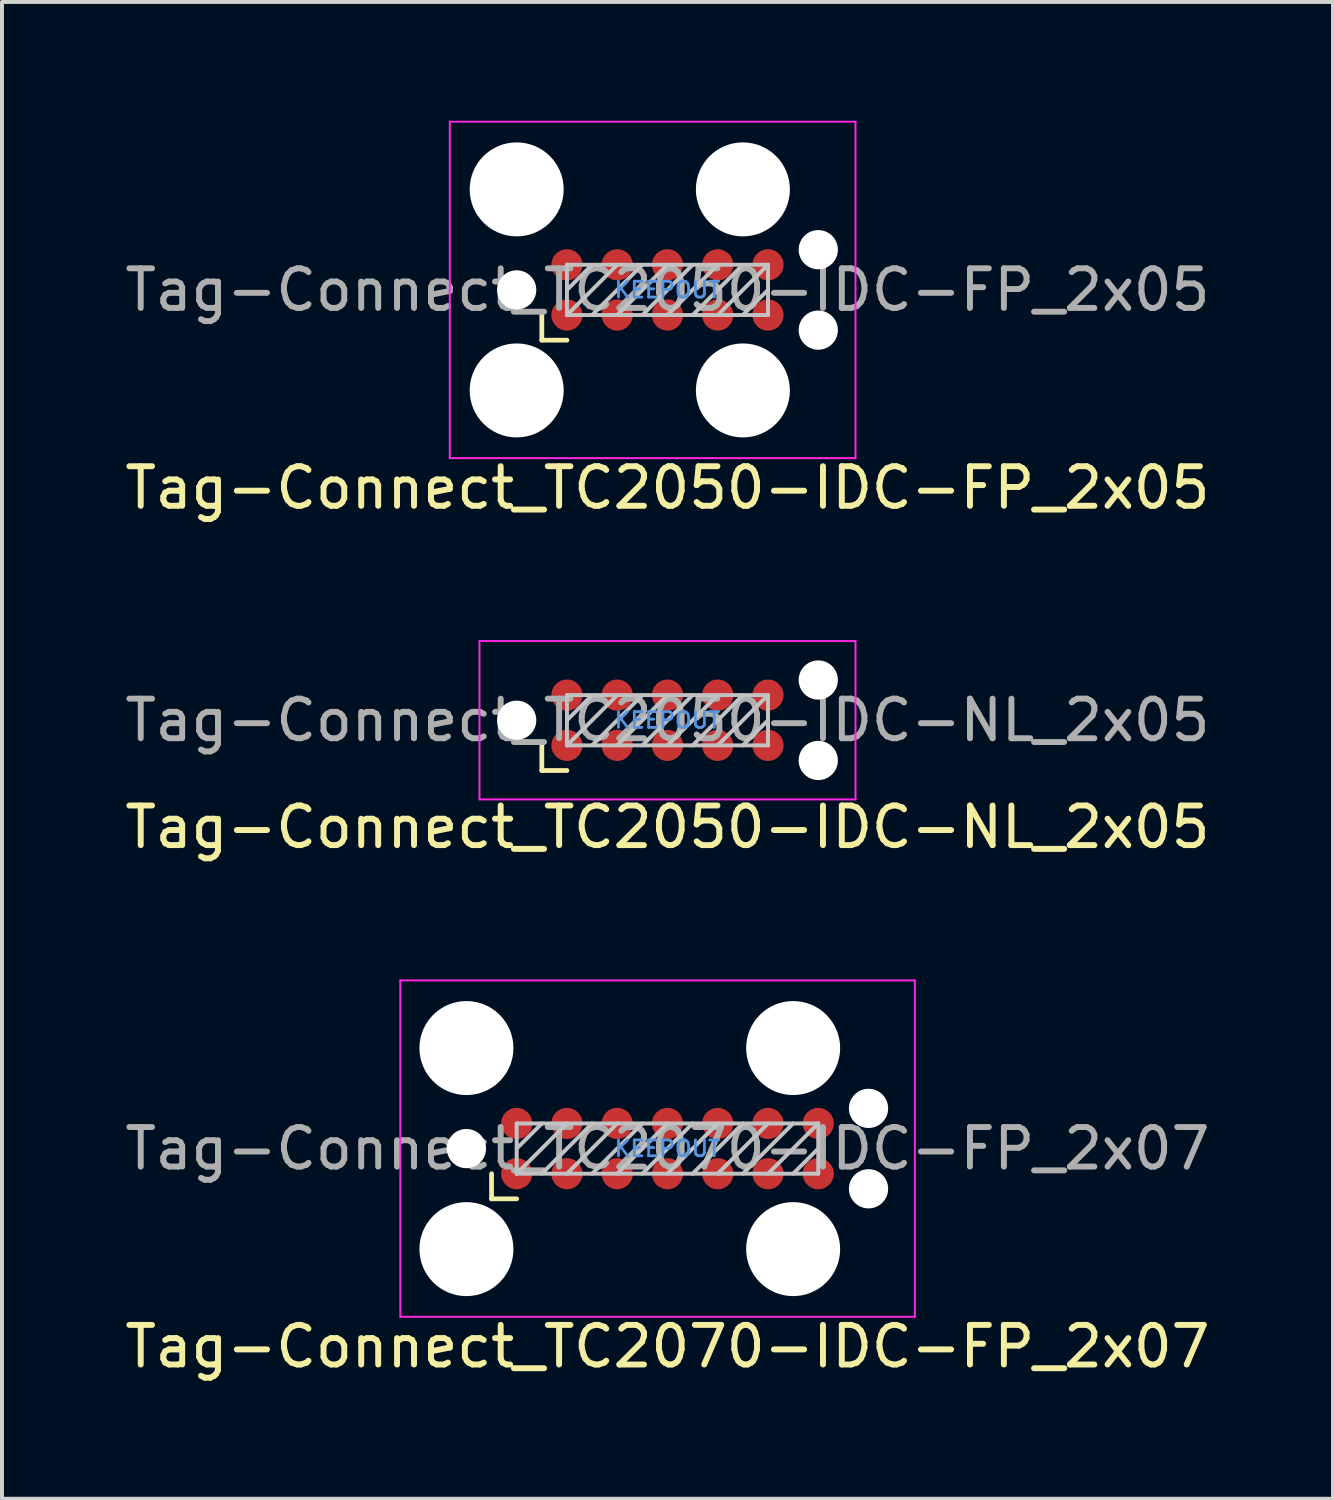
<source format=kicad_pcb>
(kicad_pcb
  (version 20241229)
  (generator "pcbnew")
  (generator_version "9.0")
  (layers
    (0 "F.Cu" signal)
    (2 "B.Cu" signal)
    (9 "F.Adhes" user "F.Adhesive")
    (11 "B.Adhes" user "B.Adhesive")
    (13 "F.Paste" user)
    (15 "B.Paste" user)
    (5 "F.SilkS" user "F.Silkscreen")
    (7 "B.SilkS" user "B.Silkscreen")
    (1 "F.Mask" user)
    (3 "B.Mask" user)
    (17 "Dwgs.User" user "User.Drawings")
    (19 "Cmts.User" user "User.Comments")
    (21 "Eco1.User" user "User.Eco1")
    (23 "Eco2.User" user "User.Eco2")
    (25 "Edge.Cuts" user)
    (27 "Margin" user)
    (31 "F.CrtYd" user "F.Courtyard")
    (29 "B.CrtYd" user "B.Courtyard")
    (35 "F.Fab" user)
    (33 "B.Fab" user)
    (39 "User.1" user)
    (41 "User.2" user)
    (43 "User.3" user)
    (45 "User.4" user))
  (footprint "Tag-Connect_TC2050-IDC-FP_2x05"
    (layer "F.Cu")
    (at 13.815 4.275)
    (property "Reference" "Tag-Connect_TC2050-IDC-FP_2x05" (at 0 5 0) (layer "F.SilkS") (effects (font (size 1 1) (thickness 0.15))))
    (attr exclude_from_pos_files exclude_from_bom)
    (fp_line (start -3.175 1.27) (end -3.175 0.635) (stroke (width 0.12) (type solid)) (layer "F.SilkS"))
    (fp_line (start -2.54 1.27) (end -3.175 1.27) (stroke (width 0.12) (type solid)) (layer "F.SilkS"))
    (fp_line (start -2.54 -0.635) (end 2.54 -0.635) (stroke (width 0.1) (type solid)) (layer "Dwgs.User"))
    (fp_line (start -2.54 0) (end -1.905 -0.635) (stroke (width 0.1) (type solid)) (layer "Dwgs.User"))
    (fp_line (start -2.54 0.635) (end -2.54 -0.635) (stroke (width 0.1) (type solid)) (layer "Dwgs.User"))
    (fp_line (start -2.54 0.635) (end -1.27 -0.635) (stroke (width 0.1) (type solid)) (layer "Dwgs.User"))
    (fp_line (start -1.905 0.635) (end -0.635 -0.635) (stroke (width 0.1) (type solid)) (layer "Dwgs.User"))
    (fp_line (start -1.27 0.635) (end 0 -0.635) (stroke (width 0.1) (type solid)) (layer "Dwgs.User"))
    (fp_line (start -0.635 0.635) (end 0.635 -0.635) (stroke (width 0.1) (type solid)) (layer "Dwgs.User"))
    (fp_line (start 0 0.635) (end 1.27 -0.635) (stroke (width 0.1) (type solid)) (layer "Dwgs.User"))
    (fp_line (start 0.635 0.635) (end 1.905 -0.635) (stroke (width 0.1) (type solid)) (layer "Dwgs.User"))
    (fp_line (start 1.27 0.635) (end 2.54 -0.635) (stroke (width 0.1) (type solid)) (layer "Dwgs.User"))
    (fp_line (start 1.905 0.635) (end 2.54 0) (stroke (width 0.1) (type solid)) (layer "Dwgs.User"))
    (fp_line (start 2.54 -0.635) (end 2.54 0.635) (stroke (width 0.1) (type solid)) (layer "Dwgs.User"))
    (fp_line (start 2.54 0.635) (end -2.54 0.635) (stroke (width 0.1) (type solid)) (layer "Dwgs.User"))
    (fp_line (start -5.5 -4.25) (end 4.75 -4.25) (stroke (width 0.05) (type solid)) (layer "F.CrtYd"))
    (fp_line (start -5.5 4.25) (end -5.5 -4.25) (stroke (width 0.05) (type solid)) (layer "F.CrtYd"))
    (fp_line (start 4.75 -4.25) (end 4.75 4.25) (stroke (width 0.05) (type solid)) (layer "F.CrtYd"))
    (fp_line (start 4.75 4.25) (end -5.5 4.25) (stroke (width 0.05) (type solid)) (layer "F.CrtYd"))
    (fp_text user "KEEPOUT" (at 0 0 0) (layer "Cmts.User") (effects (font (size 0.4 0.4) (thickness 0.07))))
    (fp_text user "${REFERENCE}" (at 0 0 0) (layer "F.Fab") (effects (font (size 1 1) (thickness 0.15))))
    (pad "" np_thru_hole circle (at -3.81 -2.54) (size 2.375 2.375) (drill 2.375) (layers "*.Cu" "*.Mask"))
    (pad "" np_thru_hole circle (at -3.81 0) (size 0.991 0.991) (drill 0.991) (layers "*.Cu" "*.Mask"))
    (pad "" np_thru_hole circle (at -3.81 2.54) (size 2.375 2.375) (drill 2.375) (layers "*.Cu" "*.Mask"))
    (pad "" np_thru_hole circle (at 1.905 -2.54) (size 2.375 2.375) (drill 2.375) (layers "*.Cu" "*.Mask"))
    (pad "" np_thru_hole circle (at 1.905 2.54) (size 2.375 2.375) (drill 2.375) (layers "*.Cu" "*.Mask"))
    (pad "" np_thru_hole circle (at 3.81 -1.016) (size 0.991 0.991) (drill 0.991) (layers "*.Cu" "*.Mask"))
    (pad "" np_thru_hole circle (at 3.81 1.016) (size 0.991 0.991) (drill 0.991) (layers "*.Cu" "*.Mask"))
    (pad "1" connect circle (at -2.54 0.635) (size 0.787 0.787) (layers "F.Cu" "F.Mask"))
    (pad "2" connect circle (at -1.27 0.635) (size 0.787 0.787) (layers "F.Cu" "F.Mask"))
    (pad "3" connect circle (at 0 0.635) (size 0.787 0.787) (layers "F.Cu" "F.Mask"))
    (pad "4" connect circle (at 1.27 0.635) (size 0.787 0.787) (layers "F.Cu" "F.Mask"))
    (pad "5" connect circle (at 2.54 0.635) (size 0.787 0.787) (layers "F.Cu" "F.Mask"))
    (pad "6" connect circle (at 2.54 -0.635) (size 0.787 0.787) (layers "F.Cu" "F.Mask"))
    (pad "7" connect circle (at 1.27 -0.635) (size 0.787 0.787) (layers "F.Cu" "F.Mask"))
    (pad "8" connect circle (at 0 -0.635) (size 0.787 0.787) (layers "F.Cu" "F.Mask"))
    (pad "9" connect circle (at -1.27 -0.635) (size 0.787 0.787) (layers "F.Cu" "F.Mask"))
    (pad "10" connect circle (at -2.54 -0.635) (size 0.787 0.787) (layers "F.Cu" "F.Mask")))
  (footprint "Tag-Connect_TC2050-IDC-NL_2x05"
    (layer "F.Cu")
    (at 13.815 15.148)
    (property "Reference" "Tag-Connect_TC2050-IDC-NL_2x05" (at 0 2.7 0) (layer "F.SilkS") (effects (font (size 1 1) (thickness 0.15))))
    (attr exclude_from_pos_files exclude_from_bom)
    (fp_line (start -3.175 1.27) (end -3.175 0.635) (stroke (width 0.12) (type solid)) (layer "F.SilkS"))
    (fp_line (start -2.54 1.27) (end -3.175 1.27) (stroke (width 0.12) (type solid)) (layer "F.SilkS"))
    (fp_line (start -2.54 -0.635) (end 2.54 -0.635) (stroke (width 0.1) (type solid)) (layer "Dwgs.User"))
    (fp_line (start -2.54 0) (end -1.905 -0.635) (stroke (width 0.1) (type solid)) (layer "Dwgs.User"))
    (fp_line (start -2.54 0.635) (end -2.54 -0.635) (stroke (width 0.1) (type solid)) (layer "Dwgs.User"))
    (fp_line (start -2.54 0.635) (end -1.27 -0.635) (stroke (width 0.1) (type solid)) (layer "Dwgs.User"))
    (fp_line (start -1.905 0.635) (end -0.635 -0.635) (stroke (width 0.1) (type solid)) (layer "Dwgs.User"))
    (fp_line (start -1.27 0.635) (end 0 -0.635) (stroke (width 0.1) (type solid)) (layer "Dwgs.User"))
    (fp_line (start -0.635 0.635) (end 0.635 -0.635) (stroke (width 0.1) (type solid)) (layer "Dwgs.User"))
    (fp_line (start 0 0.635) (end 1.27 -0.635) (stroke (width 0.1) (type solid)) (layer "Dwgs.User"))
    (fp_line (start 0.635 0.635) (end 1.905 -0.635) (stroke (width 0.1) (type solid)) (layer "Dwgs.User"))
    (fp_line (start 1.27 0.635) (end 2.54 -0.635) (stroke (width 0.1) (type solid)) (layer "Dwgs.User"))
    (fp_line (start 1.905 0.635) (end 2.54 0) (stroke (width 0.1) (type solid)) (layer "Dwgs.User"))
    (fp_line (start 2.54 -0.635) (end 2.54 0.635) (stroke (width 0.1) (type solid)) (layer "Dwgs.User"))
    (fp_line (start 2.54 0.635) (end -2.54 0.635) (stroke (width 0.1) (type solid)) (layer "Dwgs.User"))
    (fp_line (start -4.75 -2) (end 4.75 -2) (stroke (width 0.05) (type solid)) (layer "F.CrtYd"))
    (fp_line (start -4.75 2) (end -4.75 -2) (stroke (width 0.05) (type solid)) (layer "F.CrtYd"))
    (fp_line (start 4.75 -2) (end 4.75 2) (stroke (width 0.05) (type solid)) (layer "F.CrtYd"))
    (fp_line (start 4.75 2) (end -4.75 2) (stroke (width 0.05) (type solid)) (layer "F.CrtYd"))
    (fp_text user "KEEPOUT" (at 0 0 0) (layer "Cmts.User") (effects (font (size 0.4 0.4) (thickness 0.07))))
    (fp_text user "${REFERENCE}" (at 0 0 0) (layer "F.Fab") (effects (font (size 1 1) (thickness 0.15))))
    (pad "" np_thru_hole circle (at -3.81 0) (size 0.991 0.991) (drill 0.991) (layers "*.Cu" "*.Mask"))
    (pad "" np_thru_hole circle (at 3.81 -1.016) (size 0.991 0.991) (drill 0.991) (layers "*.Cu" "*.Mask"))
    (pad "" np_thru_hole circle (at 3.81 1.016) (size 0.991 0.991) (drill 0.991) (layers "*.Cu" "*.Mask"))
    (pad "1" connect circle (at -2.54 0.635) (size 0.787 0.787) (layers "F.Cu" "F.Mask"))
    (pad "2" connect circle (at -1.27 0.635) (size 0.787 0.787) (layers "F.Cu" "F.Mask"))
    (pad "3" connect circle (at 0 0.635) (size 0.787 0.787) (layers "F.Cu" "F.Mask"))
    (pad "4" connect circle (at 1.27 0.635) (size 0.787 0.787) (layers "F.Cu" "F.Mask"))
    (pad "5" connect circle (at 2.54 0.635) (size 0.787 0.787) (layers "F.Cu" "F.Mask"))
    (pad "6" connect circle (at 2.54 -0.635) (size 0.787 0.787) (layers "F.Cu" "F.Mask"))
    (pad "7" connect circle (at 1.27 -0.635) (size 0.787 0.787) (layers "F.Cu" "F.Mask"))
    (pad "8" connect circle (at 0 -0.635) (size 0.787 0.787) (layers "F.Cu" "F.Mask"))
    (pad "9" connect circle (at -1.27 -0.635) (size 0.787 0.787) (layers "F.Cu" "F.Mask"))
    (pad "10" connect circle (at -2.54 -0.635) (size 0.787 0.787) (layers "F.Cu" "F.Mask")))
  (footprint "Tag-Connect_TC2070-IDC-FP_2x07"
    (layer "F.Cu")
    (at 13.815 25.971)
    (property "Reference" "Tag-Connect_TC2070-IDC-FP_2x07" (at 0 5 0) (layer "F.SilkS") (effects (font (size 1 1) (thickness 0.15))))
    (attr exclude_from_pos_files exclude_from_bom)
    (fp_line (start -4.445 0.635) (end -4.445 1.27) (stroke (width 0.12) (type solid)) (layer "F.SilkS"))
    (fp_line (start -4.445 1.27) (end -3.81 1.27) (stroke (width 0.12) (type solid)) (layer "F.SilkS"))
    (fp_line (start -3.81 -0.635) (end 3.81 -0.635) (stroke (width 0.1) (type solid)) (layer "Dwgs.User"))
    (fp_line (start -3.81 0) (end -3.175 -0.635) (stroke (width 0.1) (type solid)) (layer "Dwgs.User"))
    (fp_line (start -3.81 0.635) (end -3.81 -0.635) (stroke (width 0.1) (type solid)) (layer "Dwgs.User"))
    (fp_line (start -3.81 0.635) (end -2.54 -0.635) (stroke (width 0.1) (type solid)) (layer "Dwgs.User"))
    (fp_line (start -3.175 0.635) (end -1.905 -0.635) (stroke (width 0.1) (type solid)) (layer "Dwgs.User"))
    (fp_line (start -2.54 0.635) (end -1.27 -0.635) (stroke (width 0.1) (type solid)) (layer "Dwgs.User"))
    (fp_line (start -1.905 0.635) (end -0.635 -0.635) (stroke (width 0.1) (type solid)) (layer "Dwgs.User"))
    (fp_line (start -1.27 0.635) (end 0 -0.635) (stroke (width 0.1) (type solid)) (layer "Dwgs.User"))
    (fp_line (start -0.635 0.635) (end 0.635 -0.635) (stroke (width 0.1) (type solid)) (layer "Dwgs.User"))
    (fp_line (start 0 0.635) (end 1.27 -0.635) (stroke (width 0.1) (type solid)) (layer "Dwgs.User"))
    (fp_line (start 0.635 0.635) (end 1.905 -0.635) (stroke (width 0.1) (type solid)) (layer "Dwgs.User"))
    (fp_line (start 1.27 0.635) (end 2.54 -0.635) (stroke (width 0.1) (type solid)) (layer "Dwgs.User"))
    (fp_line (start 1.905 0.635) (end 3.175 -0.635) (stroke (width 0.1) (type solid)) (layer "Dwgs.User"))
    (fp_line (start 2.54 0.635) (end 3.81 -0.635) (stroke (width 0.1) (type solid)) (layer "Dwgs.User"))
    (fp_line (start 3.175 0.635) (end 3.81 0) (stroke (width 0.1) (type solid)) (layer "Dwgs.User"))
    (fp_line (start 3.81 -0.635) (end 3.81 0.635) (stroke (width 0.1) (type solid)) (layer "Dwgs.User"))
    (fp_line (start 3.81 0.635) (end -3.81 0.635) (stroke (width 0.1) (type solid)) (layer "Dwgs.User"))
    (fp_line (start -6.75 -4.25) (end -6.75 4.25) (stroke (width 0.05) (type solid)) (layer "F.CrtYd"))
    (fp_line (start -6.75 4.25) (end 6.25 4.25) (stroke (width 0.05) (type solid)) (layer "F.CrtYd"))
    (fp_line (start 6.25 -4.25) (end -6.75 -4.25) (stroke (width 0.05) (type solid)) (layer "F.CrtYd"))
    (fp_line (start 6.25 4.25) (end 6.25 -4.25) (stroke (width 0.05) (type solid)) (layer "F.CrtYd"))
    (fp_text user "KEEPOUT" (at 0 0 0) (layer "Cmts.User") (effects (font (size 0.4 0.4) (thickness 0.07))))
    (fp_text user "${REFERENCE}" (at 0 0 0) (layer "F.Fab") (effects (font (size 1 1) (thickness 0.15))))
    (pad "" np_thru_hole circle (at -5.08 -2.54) (size 2.375 2.375) (drill 2.375) (layers "*.Cu" "*.Mask"))
    (pad "" np_thru_hole circle (at -5.08 0) (size 0.991 0.991) (drill 0.991) (layers "*.Cu" "*.Mask"))
    (pad "" np_thru_hole circle (at -5.08 2.54) (size 2.375 2.375) (drill 2.375) (layers "*.Cu" "*.Mask"))
    (pad "" np_thru_hole circle (at 3.175 -2.54) (size 2.375 2.375) (drill 2.375) (layers "*.Cu" "*.Mask"))
    (pad "" np_thru_hole circle (at 3.175 2.54) (size 2.375 2.375) (drill 2.375) (layers "*.Cu" "*.Mask"))
    (pad "" np_thru_hole circle (at 5.08 -1.016) (size 0.991 0.991) (drill 0.991) (layers "*.Cu" "*.Mask"))
    (pad "" np_thru_hole circle (at 5.08 1.016) (size 0.991 0.991) (drill 0.991) (layers "*.Cu" "*.Mask"))
    (pad "1" connect circle (at -3.81 0.635) (size 0.787 0.787) (layers "F.Cu" "F.Mask"))
    (pad "2" connect circle (at -2.54 0.635) (size 0.787 0.787) (layers "F.Cu" "F.Mask"))
    (pad "3" connect circle (at -1.27 0.635) (size 0.787 0.787) (layers "F.Cu" "F.Mask"))
    (pad "4" connect circle (at 0 0.635) (size 0.787 0.787) (layers "F.Cu" "F.Mask"))
    (pad "5" connect circle (at 1.27 0.635) (size 0.787 0.787) (layers "F.Cu" "F.Mask"))
    (pad "6" connect circle (at 2.54 0.635) (size 0.787 0.787) (layers "F.Cu" "F.Mask"))
    (pad "7" connect circle (at 3.81 0.635) (size 0.787 0.787) (layers "F.Cu" "F.Mask"))
    (pad "8" connect circle (at 3.81 -0.635) (size 0.787 0.787) (layers "F.Cu" "F.Mask"))
    (pad "9" connect circle (at 2.54 -0.635) (size 0.787 0.787) (layers "F.Cu" "F.Mask"))
    (pad "10" connect circle (at 1.27 -0.635) (size 0.787 0.787) (layers "F.Cu" "F.Mask"))
    (pad "11" connect circle (at 0 -0.635) (size 0.787 0.787) (layers "F.Cu" "F.Mask"))
    (pad "12" connect circle (at -1.27 -0.635) (size 0.787 0.787) (layers "F.Cu" "F.Mask"))
    (pad "13" connect circle (at -2.54 -0.635) (size 0.787 0.787) (layers "F.Cu" "F.Mask"))
    (pad "14" connect circle (at -3.81 -0.635) (size 0.787 0.787) (layers "F.Cu" "F.Mask")))
  (gr_rect
    (start -3 -3)
    (end 30.631 34.82)
    (stroke (width 0.1) (type default))
    (fill no)
    (layer "Edge.Cuts")))
</source>
